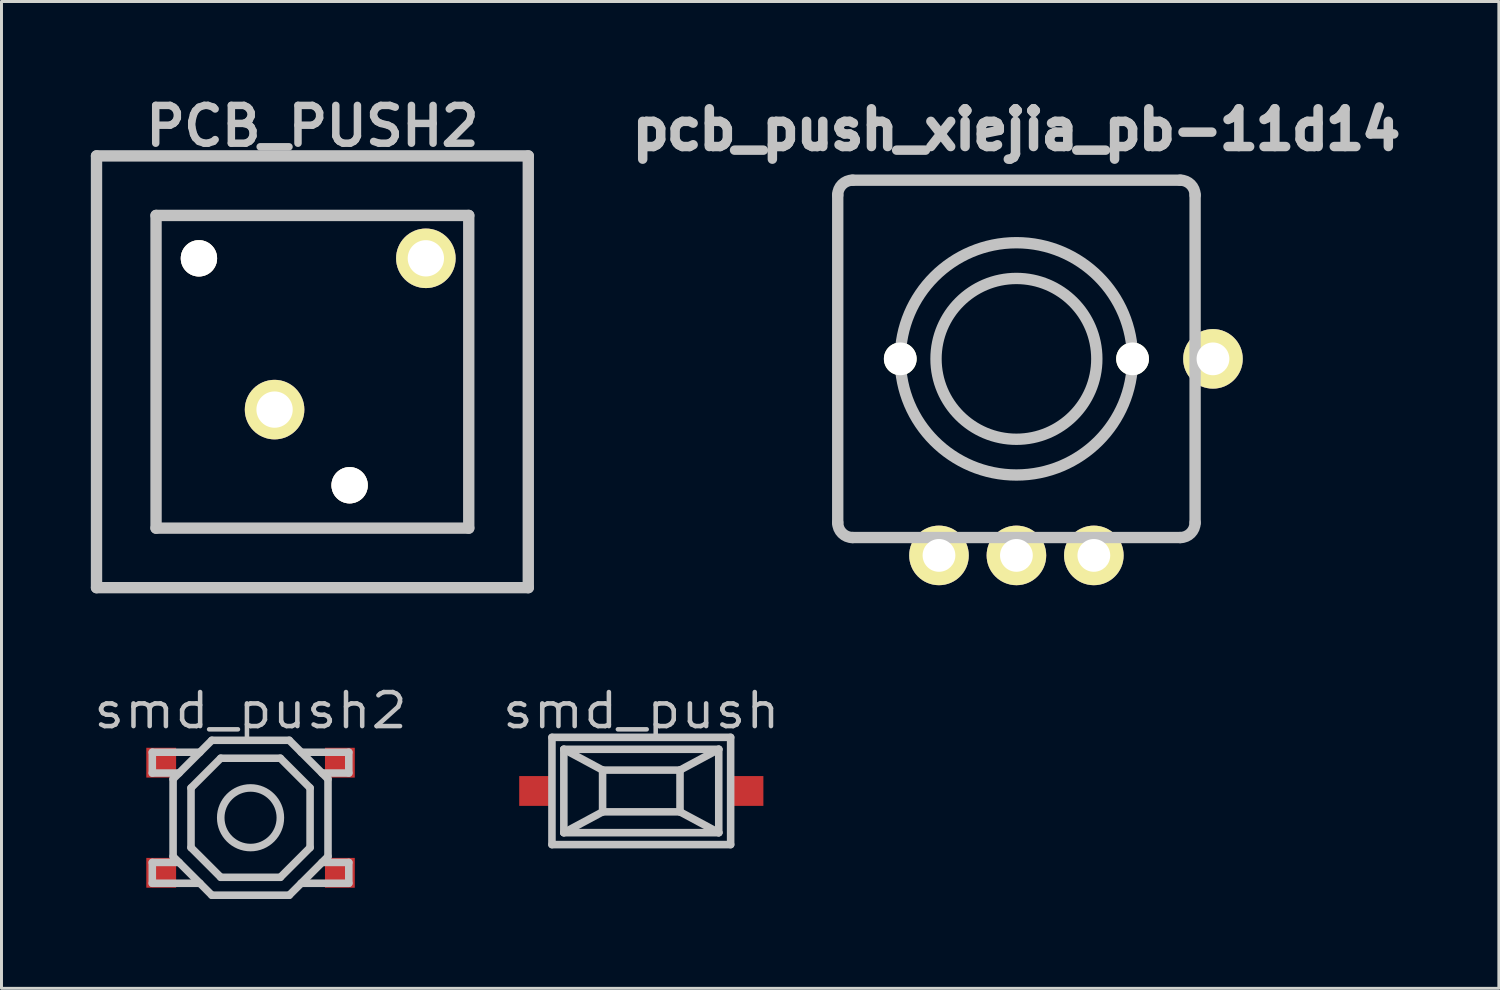
<source format=kicad_pcb>
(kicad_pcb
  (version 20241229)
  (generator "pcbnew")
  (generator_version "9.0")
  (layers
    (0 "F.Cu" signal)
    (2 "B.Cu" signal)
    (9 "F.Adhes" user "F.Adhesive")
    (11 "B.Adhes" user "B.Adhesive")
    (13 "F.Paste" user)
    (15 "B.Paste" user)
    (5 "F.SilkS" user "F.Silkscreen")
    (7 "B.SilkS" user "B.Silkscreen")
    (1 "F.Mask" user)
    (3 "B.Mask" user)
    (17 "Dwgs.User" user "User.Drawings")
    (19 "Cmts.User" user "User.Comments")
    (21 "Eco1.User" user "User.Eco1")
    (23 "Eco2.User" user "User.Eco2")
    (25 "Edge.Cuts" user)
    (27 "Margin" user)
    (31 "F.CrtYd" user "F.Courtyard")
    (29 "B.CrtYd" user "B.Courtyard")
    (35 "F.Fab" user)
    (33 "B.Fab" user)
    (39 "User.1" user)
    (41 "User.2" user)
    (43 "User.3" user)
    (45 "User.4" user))
  (footprint "smd_push2"
    (layer "F.Cu")
    (at 5.363 24.409)
    (property "Reference" "smd_push2" (at 0 -3.599 0) (layer "Dwgs.User") (effects (font (size 1.143 1.27) (thickness 0.152))))
    (attr through_hole)
    (fp_line (start -3.299 -2.2) (end -3.299 -1.501) (stroke (width 0.254) (type solid)) (layer "Dwgs.User"))
    (fp_line (start -3.299 -1.501) (end -2.4 -1.501) (stroke (width 0.254) (type solid)) (layer "Dwgs.User"))
    (fp_line (start -3.299 1.501) (end -3.299 2.2) (stroke (width 0.254) (type solid)) (layer "Dwgs.User"))
    (fp_line (start -3.299 1.501) (end -2.4 1.501) (stroke (width 0.254) (type solid)) (layer "Dwgs.User"))
    (fp_line (start -3.299 2.2) (end -1.699 2.2) (stroke (width 0.254) (type solid)) (layer "Dwgs.User"))
    (fp_line (start -2.601 -1.3) (end -2.601 1.3) (stroke (width 0.254) (type solid)) (layer "Dwgs.User"))
    (fp_line (start -2.601 1.3) (end -1.3 2.601) (stroke (width 0.254) (type solid)) (layer "Dwgs.User"))
    (fp_line (start -1.999 -1.001) (end -1.999 1.001) (stroke (width 0.254) (type solid)) (layer "Dwgs.User"))
    (fp_line (start -1.999 1.001) (end -1.001 1.999) (stroke (width 0.254) (type solid)) (layer "Dwgs.User"))
    (fp_line (start -1.699 -2.2) (end -3.299 -2.2) (stroke (width 0.254) (type solid)) (layer "Dwgs.User"))
    (fp_line (start -1.3 -2.601) (end -2.601 -1.3) (stroke (width 0.254) (type solid)) (layer "Dwgs.User"))
    (fp_line (start -1.3 2.601) (end 1.3 2.601) (stroke (width 0.254) (type solid)) (layer "Dwgs.User"))
    (fp_line (start -1.001 -1.999) (end -1.999 -1.001) (stroke (width 0.254) (type solid)) (layer "Dwgs.User"))
    (fp_line (start -1.001 1.999) (end 1.001 1.999) (stroke (width 0.254) (type solid)) (layer "Dwgs.User"))
    (fp_line (start 1.001 -1.999) (end -1.001 -1.999) (stroke (width 0.254) (type solid)) (layer "Dwgs.User"))
    (fp_line (start 1.001 1.999) (end 1.999 1.001) (stroke (width 0.254) (type solid)) (layer "Dwgs.User"))
    (fp_line (start 1.3 -2.601) (end -1.3 -2.601) (stroke (width 0.254) (type solid)) (layer "Dwgs.User"))
    (fp_line (start 1.3 2.601) (end 2.601 1.3) (stroke (width 0.254) (type solid)) (layer "Dwgs.User"))
    (fp_line (start 1.699 2.2) (end 3.299 2.2) (stroke (width 0.254) (type solid)) (layer "Dwgs.User"))
    (fp_line (start 1.999 -1.001) (end 1.001 -1.999) (stroke (width 0.254) (type solid)) (layer "Dwgs.User"))
    (fp_line (start 1.999 1.001) (end 1.999 -1.001) (stroke (width 0.254) (type solid)) (layer "Dwgs.User"))
    (fp_line (start 2.4 -1.501) (end 3.299 -1.501) (stroke (width 0.254) (type solid)) (layer "Dwgs.User"))
    (fp_line (start 2.601 -1.3) (end 1.3 -2.601) (stroke (width 0.254) (type solid)) (layer "Dwgs.User"))
    (fp_line (start 2.601 1.3) (end 2.601 -1.3) (stroke (width 0.254) (type solid)) (layer "Dwgs.User"))
    (fp_line (start 3.299 -2.2) (end 1.699 -2.2) (stroke (width 0.254) (type solid)) (layer "Dwgs.User"))
    (fp_line (start 3.299 -1.501) (end 3.299 -2.2) (stroke (width 0.254) (type solid)) (layer "Dwgs.User"))
    (fp_line (start 3.299 1.501) (end 2.4 1.501) (stroke (width 0.254) (type solid)) (layer "Dwgs.User"))
    (fp_line (start 3.299 2.2) (end 3.299 1.501) (stroke (width 0.254) (type solid)) (layer "Dwgs.User"))
    (fp_circle (center 0 0) (end -1.001 0) (stroke (width 0.254) (type solid)) (fill no) (layer "Dwgs.User"))
    (pad "1" smd rect (at -3 -1.849) (size 1.001 1.001) (layers "F.Cu" "F.Mask" "F.Paste"))
    (pad "2" smd rect (at 3 1.849) (size 1.001 1.001) (layers "F.Cu" "F.Mask" "F.Paste"))
    (pad "3" smd rect (at -3 1.849) (size 1.001 1.001) (layers "F.Cu" "F.Mask" "F.Paste"))
    (pad "4" smd rect (at 3 -1.849) (size 1.001 1.001) (layers "F.Cu" "F.Mask" "F.Paste")))
  (footprint "PCB_PUSH2"
    (layer "F.Cu")
    (at 7.44 9.434)
    (property "Reference" "PCB_PUSH2" (at 0 -8.25 0) (layer "Dwgs.User") (effects (font (size 1.27 1.27) (thickness 0.251))))
    (attr through_hole)
    (fp_line (start -7.249 7.249) (end -7.249 -7.249) (stroke (width 0.381) (type solid)) (layer "Dwgs.User"))
    (fp_line (start -7.249 7.249) (end 7.249 7.249) (stroke (width 0.381) (type solid)) (layer "Dwgs.User"))
    (fp_line (start -5.25 -5.25) (end 5.25 -5.25) (stroke (width 0.381) (type solid)) (layer "Dwgs.User"))
    (fp_line (start -5.25 5.25) (end -5.25 -5.25) (stroke (width 0.381) (type solid)) (layer "Dwgs.User"))
    (fp_line (start 5.25 -5.25) (end 5.25 5.25) (stroke (width 0.381) (type solid)) (layer "Dwgs.User"))
    (fp_line (start 5.25 5.25) (end -5.25 5.25) (stroke (width 0.381) (type solid)) (layer "Dwgs.User"))
    (fp_line (start 7.249 -7.249) (end -7.249 -7.249) (stroke (width 0.381) (type solid)) (layer "Dwgs.User"))
    (fp_line (start 7.249 7.249) (end 7.249 -7.249) (stroke (width 0.381) (type solid)) (layer "Dwgs.User"))
    (pad "" thru_hole circle (at -3.81 -3.81) (size 1.219 1.219) (drill 1.219) (layers "*.Cu" "*.Mask" "F.SilkS"))
    (pad "" thru_hole circle (at 1.25 3.81) (size 1.219 1.219) (drill 1.219) (layers "*.Cu" "*.Mask" "F.SilkS"))
    (pad "1" thru_hole circle (at 3.81 -3.81) (size 1.999 1.999) (drill 1.219) (layers "*.Cu" "*.Mask" "F.SilkS"))
    (pad "2" thru_hole circle (at -1.27 1.27) (size 1.999 1.999) (drill 1.219) (layers "*.Cu" "*.Mask" "F.SilkS")))
  (footprint "pcb_push_xiejia_pb-11d14"
    (layer "F.Cu")
    (at 31.08 9)
    (property "Reference" "pcb_push_xiejia_pb-11d14" (at 0 -7.7 0) (layer "Dwgs.User") (effects (font (size 1.27 1.27) (thickness 0.318))))
    (attr through_hole)
    (fp_line (start -6 5.5) (end -6 -5.5) (stroke (width 0.381) (type solid)) (layer "Dwgs.User"))
    (fp_line (start -5.5 -6) (end 5.5 -6) (stroke (width 0.381) (type solid)) (layer "Dwgs.User"))
    (fp_line (start 5.5 6) (end -5.5 6) (stroke (width 0.381) (type solid)) (layer "Dwgs.User"))
    (fp_line (start 6 -5.5) (end 6 5.5) (stroke (width 0.381) (type solid)) (layer "Dwgs.User"))
    (fp_arc (start -6 -5.5) (mid -5.853553 -5.853553) (end -5.5 -6) (stroke (width 0.381) (type solid)) (layer "Dwgs.User"))
    (fp_arc (start -5.5 6) (mid -5.853553 5.853553) (end -6 5.5) (stroke (width 0.381) (type solid)) (layer "Dwgs.User"))
    (fp_arc (start 5.5 -6) (mid 5.853553 -5.853553) (end 6 -5.5) (stroke (width 0.381) (type solid)) (layer "Dwgs.User"))
    (fp_arc (start 6 5.5) (mid 5.853553 5.853553) (end 5.5 6) (stroke (width 0.381) (type solid)) (layer "Dwgs.User"))
    (fp_circle (center 0 0) (end 2.7 0) (stroke (width 0.381) (type solid)) (fill no) (layer "Dwgs.User"))
    (fp_circle (center 0 0) (end 3.9 0) (stroke (width 0.381) (type solid)) (fill no) (layer "Dwgs.User"))
    (pad "" np_thru_hole circle (at -3.9 0) (size 1.1 1.1) (drill 1.1) (layers "*.Cu" "*.Mask" "F.SilkS"))
    (pad "" np_thru_hole circle (at 3.9 0) (size 1.1 1.1) (drill 1.1) (layers "*.Cu" "*.Mask" "F.SilkS"))
    (pad "1" thru_hole circle (at 0 6.6) (size 2 2) (drill 1.1) (layers "*.Cu" "*.Mask" "F.SilkS"))
    (pad "2" thru_hole circle (at 2.6 6.6) (size 2 2) (drill 1.1) (layers "*.Cu" "*.Mask" "F.SilkS"))
    (pad "3" thru_hole circle (at -2.6 6.6) (size 2 2) (drill 1.1) (layers "*.Cu" "*.Mask" "F.SilkS"))
    (pad "4" thru_hole circle (at 6.6 0) (size 2 2) (drill 1.1) (layers "*.Cu" "*.Mask" "F.SilkS")))
  (footprint "smd_push"
    (layer "F.Cu")
    (at 18.484 23.51)
    (property "Reference" "smd_push" (at 0 -2.7 0) (layer "Dwgs.User") (effects (font (size 1.143 1.27) (thickness 0.152))))
    (attr through_hole)
    (fp_line (start -3 -1.801) (end 3 -1.801) (stroke (width 0.254) (type solid)) (layer "Dwgs.User"))
    (fp_line (start -3 1.801) (end -3 -1.801) (stroke (width 0.254) (type solid)) (layer "Dwgs.User"))
    (fp_line (start -2.601 -1.4) (end -1.3 -0.701) (stroke (width 0.254) (type solid)) (layer "Dwgs.User"))
    (fp_line (start -2.601 -1.4) (end 2.601 -1.4) (stroke (width 0.254) (type solid)) (layer "Dwgs.User"))
    (fp_line (start -2.601 1.4) (end -2.601 -1.4) (stroke (width 0.254) (type solid)) (layer "Dwgs.User"))
    (fp_line (start -1.3 -0.701) (end 1.3 -0.701) (stroke (width 0.254) (type solid)) (layer "Dwgs.User"))
    (fp_line (start -1.3 0.701) (end -2.601 1.4) (stroke (width 0.254) (type solid)) (layer "Dwgs.User"))
    (fp_line (start -1.3 0.701) (end -1.3 -0.701) (stroke (width 0.254) (type solid)) (layer "Dwgs.User"))
    (fp_line (start 1.3 -0.701) (end 1.3 0.701) (stroke (width 0.254) (type solid)) (layer "Dwgs.User"))
    (fp_line (start 1.3 -0.701) (end 2.601 -1.4) (stroke (width 0.254) (type solid)) (layer "Dwgs.User"))
    (fp_line (start 1.3 0.701) (end -1.3 0.701) (stroke (width 0.254) (type solid)) (layer "Dwgs.User"))
    (fp_line (start 1.3 0.701) (end 2.601 1.4) (stroke (width 0.254) (type solid)) (layer "Dwgs.User"))
    (fp_line (start 2.601 -1.4) (end 2.601 1.4) (stroke (width 0.254) (type solid)) (layer "Dwgs.User"))
    (fp_line (start 2.601 1.4) (end -2.601 1.4) (stroke (width 0.254) (type solid)) (layer "Dwgs.User"))
    (fp_line (start 3 -1.801) (end 3 1.801) (stroke (width 0.254) (type solid)) (layer "Dwgs.User"))
    (fp_line (start 3 1.801) (end -3 1.801) (stroke (width 0.254) (type solid)) (layer "Dwgs.User"))
    (pad "1" smd rect (at -3.599 0) (size 1.001 1.001) (layers "F.Cu" "F.Mask" "F.Paste"))
    (pad "2" smd rect (at 3.599 0) (size 1.001 1.001) (layers "F.Cu" "F.Mask" "F.Paste")))
  (gr_rect
    (start -3 -3)
    (end 47.28 30.137)
    (stroke (width 0.1) (type default))
    (fill no)
    (layer "Edge.Cuts")))
</source>
